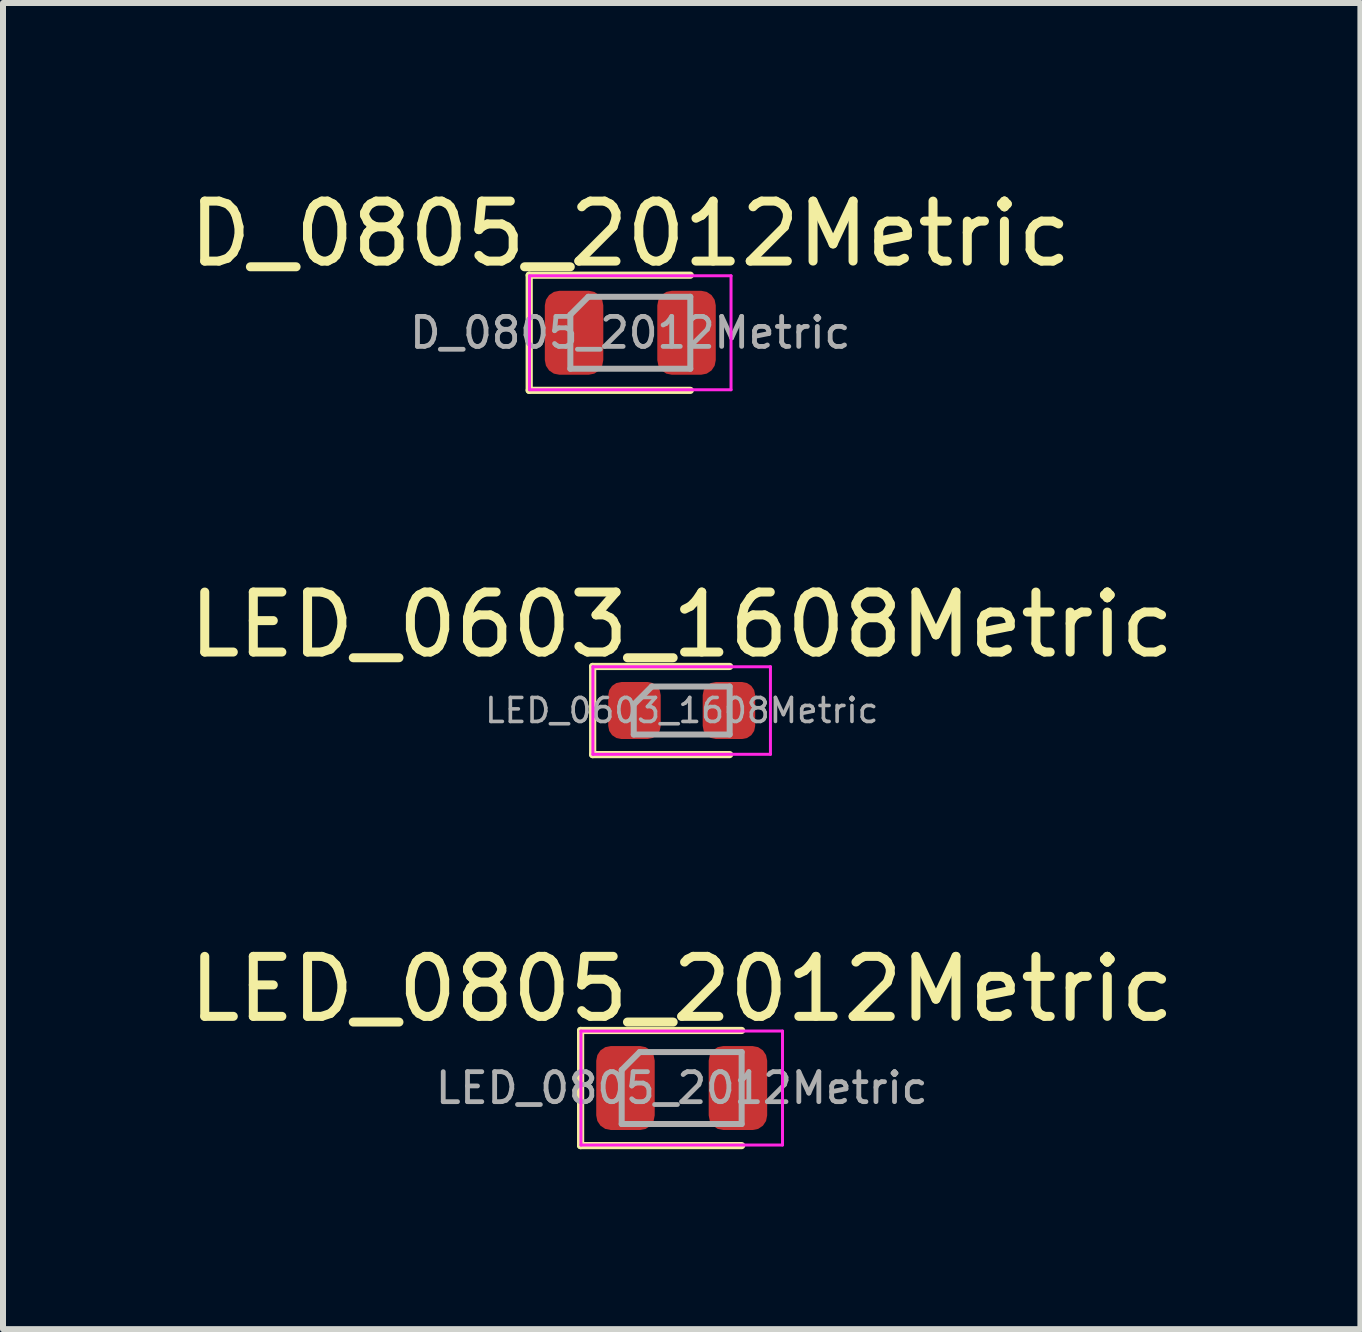
<source format=kicad_pcb>
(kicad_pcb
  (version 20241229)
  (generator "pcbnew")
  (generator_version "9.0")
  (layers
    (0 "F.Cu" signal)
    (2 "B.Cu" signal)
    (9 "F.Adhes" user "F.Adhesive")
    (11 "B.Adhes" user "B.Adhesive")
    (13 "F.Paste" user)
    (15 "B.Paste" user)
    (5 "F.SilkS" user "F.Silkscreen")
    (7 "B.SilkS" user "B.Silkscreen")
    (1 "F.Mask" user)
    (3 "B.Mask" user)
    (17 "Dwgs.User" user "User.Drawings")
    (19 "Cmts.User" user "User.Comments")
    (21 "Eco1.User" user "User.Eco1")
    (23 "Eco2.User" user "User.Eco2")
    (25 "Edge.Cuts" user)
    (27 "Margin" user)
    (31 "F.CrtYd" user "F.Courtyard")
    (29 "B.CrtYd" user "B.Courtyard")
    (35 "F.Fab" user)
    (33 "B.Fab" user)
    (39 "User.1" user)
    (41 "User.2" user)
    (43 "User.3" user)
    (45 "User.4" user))
  (footprint "D_0805_2012Metric"
    (layer "F.Cu")
    (at 7.461 2.548)
    (property "Reference" "D_0805_2012Metric" (at -0.003 -1.7 0) (layer "F.SilkS") (effects (font (size 1 1) (thickness 0.15))))
    (attr smd)
    (fp_line (start -1.688 -1.01) (end -1.688 0.91) (stroke (width 0.12) (type solid)) (layer "F.SilkS"))
    (fp_line (start -1.688 0.91) (end 0.998 0.91) (stroke (width 0.12) (type solid)) (layer "F.SilkS"))
    (fp_line (start 0.998 -1.01) (end -1.688 -1.01) (stroke (width 0.12) (type solid)) (layer "F.SilkS"))
    (fp_line (start -1.683 -1) (end 1.677 -1) (stroke (width 0.05) (type solid)) (layer "F.CrtYd"))
    (fp_line (start -1.683 0.9) (end -1.683 -1) (stroke (width 0.05) (type solid)) (layer "F.CrtYd"))
    (fp_line (start 1.677 -1) (end 1.677 0.9) (stroke (width 0.05) (type solid)) (layer "F.CrtYd"))
    (fp_line (start 1.677 0.9) (end -1.683 0.9) (stroke (width 0.05) (type solid)) (layer "F.CrtYd"))
    (fp_line (start -1.002 -0.35) (end -1.002 0.55) (stroke (width 0.1) (type solid)) (layer "F.Fab"))
    (fp_line (start -1.002 0.55) (end 0.998 0.55) (stroke (width 0.1) (type solid)) (layer "F.Fab"))
    (fp_line (start -0.703 -0.65) (end -1.002 -0.35) (stroke (width 0.1) (type solid)) (layer "F.Fab"))
    (fp_line (start 0.998 -0.65) (end -0.703 -0.65) (stroke (width 0.1) (type solid)) (layer "F.Fab"))
    (fp_line (start 0.998 0.55) (end 0.998 -0.65) (stroke (width 0.1) (type solid)) (layer "F.Fab"))
    (fp_text user "${REFERENCE}" (at -0.003 -0.05 0) (layer "F.Fab") (effects (font (size 0.5 0.5) (thickness 0.08))))
    (pad "1" smd roundrect (at -0.94 -0.05) (size 0.975 1.4) (layers "F.Cu" "F.Mask" "F.Paste") (roundrect_rratio 0.25))
    (pad "2" smd roundrect (at 0.935 -0.05) (size 0.975 1.4) (layers "F.Cu" "F.Mask" "F.Paste") (roundrect_rratio 0.25)))
  (footprint "LED_0603_1608Metric"
    (layer "F.Cu")
    (at 8.313 8.796)
    (property "Reference" "LED_0603_1608Metric" (at 0.003 -1.43 0) (layer "F.SilkS") (effects (font (size 1 1) (thickness 0.15))))
    (attr smd)
    (fp_line (start -1.482 -0.735) (end -1.482 0.735) (stroke (width 0.12) (type solid)) (layer "F.SilkS"))
    (fp_line (start -1.482 0.735) (end 0.802 0.735) (stroke (width 0.12) (type solid)) (layer "F.SilkS"))
    (fp_line (start 0.802 -0.735) (end -1.482 -0.735) (stroke (width 0.12) (type solid)) (layer "F.SilkS"))
    (fp_line (start -1.478 -0.73) (end 1.482 -0.73) (stroke (width 0.05) (type solid)) (layer "F.CrtYd"))
    (fp_line (start -1.478 0.73) (end -1.478 -0.73) (stroke (width 0.05) (type solid)) (layer "F.CrtYd"))
    (fp_line (start 1.482 -0.73) (end 1.482 0.73) (stroke (width 0.05) (type solid)) (layer "F.CrtYd"))
    (fp_line (start 1.482 0.73) (end -1.478 0.73) (stroke (width 0.05) (type solid)) (layer "F.CrtYd"))
    (fp_line (start -0.797 -0.1) (end -0.797 0.4) (stroke (width 0.1) (type solid)) (layer "F.Fab"))
    (fp_line (start -0.797 0.4) (end 0.802 0.4) (stroke (width 0.1) (type solid)) (layer "F.Fab"))
    (fp_line (start -0.497 -0.4) (end -0.797 -0.1) (stroke (width 0.1) (type solid)) (layer "F.Fab"))
    (fp_line (start 0.802 -0.4) (end -0.497 -0.4) (stroke (width 0.1) (type solid)) (layer "F.Fab"))
    (fp_line (start 0.802 0.4) (end 0.802 -0.4) (stroke (width 0.1) (type solid)) (layer "F.Fab"))
    (fp_text user "${REFERENCE}" (at 0.003 0 0) (layer "F.Fab") (effects (font (size 0.4 0.4) (thickness 0.06))))
    (pad "1" smd roundrect (at -0.785 0) (size 0.875 0.95) (layers "F.Cu" "F.Mask" "F.Paste") (roundrect_rratio 0.25))
    (pad "2" smd roundrect (at 0.79 0) (size 0.875 0.95) (layers "F.Cu" "F.Mask" "F.Paste") (roundrect_rratio 0.25)))
  (footprint "LED_0805_2012Metric"
    (layer "F.Cu")
    (at 8.313 15.09)
    (property "Reference" "LED_0805_2012Metric" (at 0.003 -1.65 0) (layer "F.SilkS") (effects (font (size 1 1) (thickness 0.15))))
    (attr smd)
    (fp_line (start -1.683 -0.96) (end -1.683 0.96) (stroke (width 0.12) (type solid)) (layer "F.SilkS"))
    (fp_line (start -1.683 0.96) (end 1.002 0.96) (stroke (width 0.12) (type solid)) (layer "F.SilkS"))
    (fp_line (start 1.002 -0.96) (end -1.683 -0.96) (stroke (width 0.12) (type solid)) (layer "F.SilkS"))
    (fp_line (start -1.677 -0.95) (end 1.683 -0.95) (stroke (width 0.05) (type solid)) (layer "F.CrtYd"))
    (fp_line (start -1.677 0.95) (end -1.677 -0.95) (stroke (width 0.05) (type solid)) (layer "F.CrtYd"))
    (fp_line (start 1.683 -0.95) (end 1.683 0.95) (stroke (width 0.05) (type solid)) (layer "F.CrtYd"))
    (fp_line (start 1.683 0.95) (end -1.677 0.95) (stroke (width 0.05) (type solid)) (layer "F.CrtYd"))
    (fp_line (start -0.998 -0.3) (end -0.998 0.6) (stroke (width 0.1) (type solid)) (layer "F.Fab"))
    (fp_line (start -0.998 0.6) (end 1.002 0.6) (stroke (width 0.1) (type solid)) (layer "F.Fab"))
    (fp_line (start -0.698 -0.6) (end -0.998 -0.3) (stroke (width 0.1) (type solid)) (layer "F.Fab"))
    (fp_line (start 1.002 -0.6) (end -0.698 -0.6) (stroke (width 0.1) (type solid)) (layer "F.Fab"))
    (fp_line (start 1.002 0.6) (end 1.002 -0.6) (stroke (width 0.1) (type solid)) (layer "F.Fab"))
    (fp_text user "${REFERENCE}" (at 0.003 0 0) (layer "F.Fab") (effects (font (size 0.5 0.5) (thickness 0.08))))
    (pad "1" smd roundrect (at -0.935 0) (size 0.975 1.4) (layers "F.Cu" "F.Mask" "F.Paste") (roundrect_rratio 0.25))
    (pad "2" smd roundrect (at 0.94 0) (size 0.975 1.4) (layers "F.Cu" "F.Mask" "F.Paste") (roundrect_rratio 0.25)))
  (gr_rect
    (start -3 -3)
    (end 19.631 19.11)
    (stroke (width 0.1) (type default))
    (fill no)
    (layer "Edge.Cuts")))
</source>
